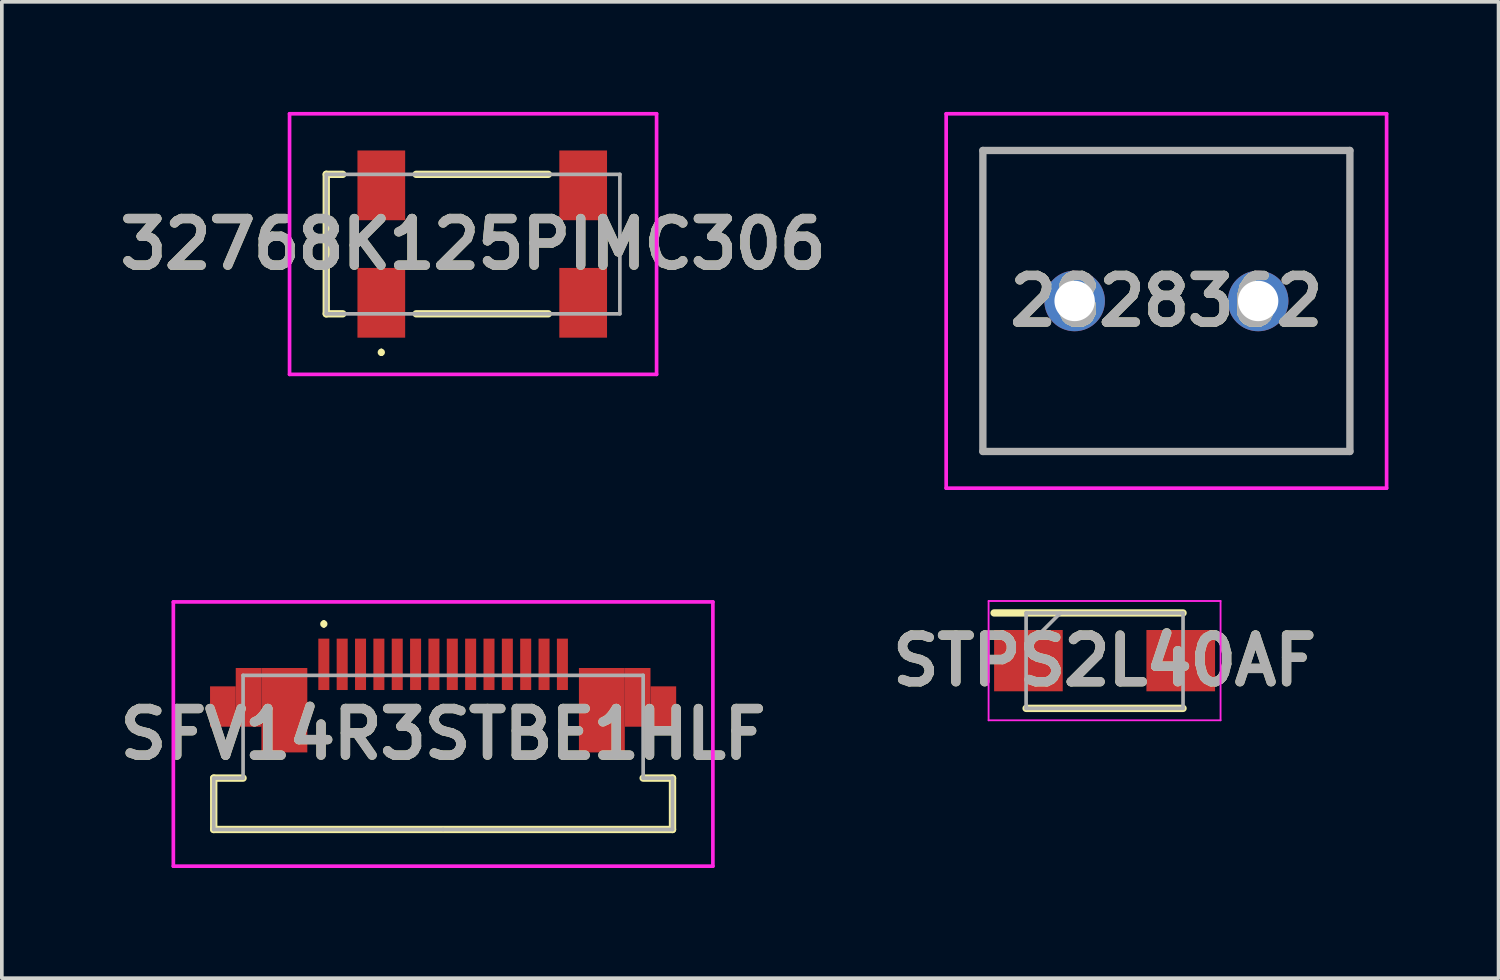
<source format=kicad_pcb>
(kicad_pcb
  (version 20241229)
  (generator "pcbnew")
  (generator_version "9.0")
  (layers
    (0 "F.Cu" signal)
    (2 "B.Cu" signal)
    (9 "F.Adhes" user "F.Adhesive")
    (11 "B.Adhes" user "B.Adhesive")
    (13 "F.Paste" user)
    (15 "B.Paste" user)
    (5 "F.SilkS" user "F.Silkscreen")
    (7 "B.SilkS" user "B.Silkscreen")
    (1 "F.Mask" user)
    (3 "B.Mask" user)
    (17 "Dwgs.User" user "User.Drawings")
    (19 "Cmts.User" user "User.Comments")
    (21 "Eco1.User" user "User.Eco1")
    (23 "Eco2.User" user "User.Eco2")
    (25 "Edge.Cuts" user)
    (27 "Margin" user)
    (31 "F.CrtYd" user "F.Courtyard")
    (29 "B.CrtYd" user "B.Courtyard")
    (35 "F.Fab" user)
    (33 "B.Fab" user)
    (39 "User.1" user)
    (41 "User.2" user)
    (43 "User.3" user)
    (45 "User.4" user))
  (footprint "32768K125PIMC306"
    (layer "F.Cu")
    (at 10.089 3.6)
    (property "Reference" "32768K125PIMC306" (at -0.25 0 0) (layer "F.SilkS") (effects (font (size 1.27 1.27) (thickness 0.254))))
    (attr smd)
    (fp_line (start -4.25 -1.9) (end -4.25 1.9) (stroke (width 0.2) (type solid)) (layer "F.SilkS"))
    (fp_line (start -4.25 1.9) (end -3.8 1.9) (stroke (width 0.2) (type solid)) (layer "F.SilkS"))
    (fp_line (start -3.8 -1.9) (end -4.25 -1.9) (stroke (width 0.2) (type solid)) (layer "F.SilkS"))
    (fp_line (start -2.75 2.9) (end -2.75 2.9) (stroke (width 0.1) (type solid)) (layer "F.SilkS"))
    (fp_line (start -2.75 3) (end -2.75 3) (stroke (width 0.1) (type solid)) (layer "F.SilkS"))
    (fp_line (start -1.8 -1.9) (end 1.8 -1.9) (stroke (width 0.2) (type solid)) (layer "F.SilkS"))
    (fp_line (start -1.8 1.9) (end 1.8 1.9) (stroke (width 0.2) (type solid)) (layer "F.SilkS"))
    (fp_arc (start -2.75 2.9) (mid -2.7 2.95) (end -2.75 3) (stroke (width 0.1) (type solid)) (layer "F.SilkS"))
    (fp_arc (start -2.75 3) (mid -2.8 2.95) (end -2.75 2.9) (stroke (width 0.1) (type solid)) (layer "F.SilkS"))
    (fp_line (start -5.25 -3.55) (end 4.75 -3.55) (stroke (width 0.1) (type solid)) (layer "F.CrtYd"))
    (fp_line (start -5.25 3.55) (end -5.25 -3.55) (stroke (width 0.1) (type solid)) (layer "F.CrtYd"))
    (fp_line (start 4.75 -3.55) (end 4.75 3.55) (stroke (width 0.1) (type solid)) (layer "F.CrtYd"))
    (fp_line (start 4.75 3.55) (end -5.25 3.55) (stroke (width 0.1) (type solid)) (layer "F.CrtYd"))
    (fp_line (start -4.25 -1.9) (end -4.25 1.9) (stroke (width 0.1) (type solid)) (layer "F.Fab"))
    (fp_line (start -4.25 1.9) (end 3.75 1.9) (stroke (width 0.1) (type solid)) (layer "F.Fab"))
    (fp_line (start 3.75 -1.9) (end -4.25 -1.9) (stroke (width 0.1) (type solid)) (layer "F.Fab"))
    (fp_line (start 3.75 1.9) (end 3.75 -1.9) (stroke (width 0.1) (type solid)) (layer "F.Fab"))
    (fp_text user "${REFERENCE}" (at -0.25 0 0) (layer "F.Fab") (effects (font (size 1.27 1.27) (thickness 0.254))))
    (pad "1" smd rect (at -2.75 1.6) (size 1.3 1.9) (layers "F.Cu" "F.Mask" "F.Paste"))
    (pad "2" smd rect (at 2.75 1.6) (size 1.3 1.9) (layers "F.Cu" "F.Mask" "F.Paste"))
    (pad "3" smd rect (at 2.75 -1.6) (size 1.3 1.9) (layers "F.Cu" "F.Mask" "F.Paste"))
    (pad "4" smd rect (at -2.75 -1.6) (size 1.3 1.9) (layers "F.Cu" "F.Mask" "F.Paste")))
  (footprint "SFV14R3STBE1HLF"
    (layer "F.Cu")
    (at 9.023 15.15)
    (property "Reference" "SFV14R3STBE1HLF" (at 0 1.8 0) (layer "F.SilkS") (effects (font (size 1.27 1.27) (thickness 0.254))))
    (attr smd)
    (fp_line (start -6.25 3) (end -6.25 4.4) (stroke (width 0.2) (type solid)) (layer "F.SilkS"))
    (fp_line (start -6.25 4.4) (end 6.25 4.4) (stroke (width 0.2) (type solid)) (layer "F.SilkS"))
    (fp_line (start -5.45 3) (end -6.25 3) (stroke (width 0.2) (type solid)) (layer "F.SilkS"))
    (fp_line (start -3.25 -1.25) (end -3.25 -1.25) (stroke (width 0.1) (type solid)) (layer "F.SilkS"))
    (fp_line (start -3.25 -1.15) (end -3.25 -1.15) (stroke (width 0.1) (type solid)) (layer "F.SilkS"))
    (fp_line (start 6.25 3) (end 5.45 3) (stroke (width 0.2) (type solid)) (layer "F.SilkS"))
    (fp_line (start 6.25 4.4) (end 6.25 3) (stroke (width 0.2) (type solid)) (layer "F.SilkS"))
    (fp_arc (start -3.25 -1.25) (mid -3.2 -1.2) (end -3.25 -1.15) (stroke (width 0.1) (type solid)) (layer "F.SilkS"))
    (fp_arc (start -3.25 -1.15) (mid -3.3 -1.2) (end -3.25 -1.25) (stroke (width 0.1) (type solid)) (layer "F.SilkS"))
    (fp_line (start -7.35 -1.8) (end 7.35 -1.8) (stroke (width 0.1) (type solid)) (layer "F.CrtYd"))
    (fp_line (start -7.35 5.4) (end -7.35 -1.8) (stroke (width 0.1) (type solid)) (layer "F.CrtYd"))
    (fp_line (start 7.35 -1.8) (end 7.35 5.4) (stroke (width 0.1) (type solid)) (layer "F.CrtYd"))
    (fp_line (start 7.35 5.4) (end -7.35 5.4) (stroke (width 0.1) (type solid)) (layer "F.CrtYd"))
    (fp_line (start -6.25 3) (end -6.25 4.4) (stroke (width 0.1) (type solid)) (layer "F.Fab"))
    (fp_line (start -6.25 4.4) (end 0 4.4) (stroke (width 0.1) (type solid)) (layer "F.Fab"))
    (fp_line (start -5.45 0.2) (end -5.45 3) (stroke (width 0.1) (type solid)) (layer "F.Fab"))
    (fp_line (start -5.45 3) (end -6.25 3) (stroke (width 0.1) (type solid)) (layer "F.Fab"))
    (fp_line (start 0 4.4) (end 6.25 4.4) (stroke (width 0.1) (type solid)) (layer "F.Fab"))
    (fp_line (start 5.45 0.2) (end -5.45 0.2) (stroke (width 0.1) (type solid)) (layer "F.Fab"))
    (fp_line (start 5.45 3) (end 5.45 0.2) (stroke (width 0.1) (type solid)) (layer "F.Fab"))
    (fp_line (start 6.25 3) (end 5.45 3) (stroke (width 0.1) (type solid)) (layer "F.Fab"))
    (fp_line (start 6.25 4.4) (end 6.25 3) (stroke (width 0.1) (type solid)) (layer "F.Fab"))
    (fp_text user "${REFERENCE}" (at 0 1.8 0) (layer "F.Fab") (effects (font (size 1.27 1.27) (thickness 0.254))))
    (pad "1" smd rect (at -3.25 -0.1) (size 0.3 1.4) (layers "F.Cu" "F.Mask" "F.Paste"))
    (pad "2" smd rect (at -2.75 -0.1) (size 0.3 1.4) (layers "F.Cu" "F.Mask" "F.Paste"))
    (pad "3" smd rect (at -2.25 -0.1) (size 0.3 1.4) (layers "F.Cu" "F.Mask" "F.Paste"))
    (pad "4" smd rect (at -1.75 -0.1) (size 0.3 1.4) (layers "F.Cu" "F.Mask" "F.Paste"))
    (pad "5" smd rect (at -1.25 -0.1) (size 0.3 1.4) (layers "F.Cu" "F.Mask" "F.Paste"))
    (pad "6" smd rect (at -0.75 -0.1) (size 0.3 1.4) (layers "F.Cu" "F.Mask" "F.Paste"))
    (pad "7" smd rect (at -0.25 -0.1) (size 0.3 1.4) (layers "F.Cu" "F.Mask" "F.Paste"))
    (pad "8" smd rect (at 0.25 -0.1) (size 0.3 1.4) (layers "F.Cu" "F.Mask" "F.Paste"))
    (pad "9" smd rect (at 0.75 -0.1) (size 0.3 1.4) (layers "F.Cu" "F.Mask" "F.Paste"))
    (pad "10" smd rect (at 1.25 -0.1) (size 0.3 1.4) (layers "F.Cu" "F.Mask" "F.Paste"))
    (pad "11" smd rect (at 1.75 -0.1) (size 0.3 1.4) (layers "F.Cu" "F.Mask" "F.Paste"))
    (pad "12" smd rect (at 2.25 -0.1) (size 0.3 1.4) (layers "F.Cu" "F.Mask" "F.Paste"))
    (pad "13" smd rect (at 2.75 -0.1) (size 0.3 1.4) (layers "F.Cu" "F.Mask" "F.Paste"))
    (pad "14" smd rect (at 3.25 -0.1) (size 0.3 1.4) (layers "F.Cu" "F.Mask" "F.Paste"))
    (pad "15" smd rect (at 6 1.05) (size 0.7 1.1) (layers "F.Cu" "F.Mask" "F.Paste"))
    (pad "16" smd rect (at -6 1.05) (size 0.7 1.1) (layers "F.Cu" "F.Mask" "F.Paste"))
    (pad "17" smd rect (at -5.3 0.8) (size 0.7 1.6) (layers "F.Cu" "F.Mask" "F.Paste"))
    (pad "18" smd rect (at -4.325 1.15) (size 1.25 2.3) (layers "F.Cu" "F.Mask" "F.Paste"))
    (pad "19" smd rect (at 5.3 0.8) (size 0.7 1.6) (layers "F.Cu" "F.Mask" "F.Paste"))
    (pad "20" smd rect (at 4.325 1.15) (size 1.25 2.3) (layers "F.Cu" "F.Mask" "F.Paste")))
  (footprint "2828362"
    (layer "F.Cu")
    (at 31.229 5.15)
    (property "Reference" "2828362" (at -2.5 0 0) (layer "F.SilkS") (effects (font (size 1.27 1.27) (thickness 0.254))))
    (attr through_hole)
    (fp_line (start -7.5 -4.1) (end -7.5 4.1) (stroke (width 0.1) (type solid)) (layer "F.SilkS"))
    (fp_line (start -7.5 4.1) (end 2.5 4.1) (stroke (width 0.1) (type solid)) (layer "F.SilkS"))
    (fp_line (start 2.5 -4.1) (end -7.5 -4.1) (stroke (width 0.1) (type solid)) (layer "F.SilkS"))
    (fp_line (start 2.5 4.1) (end 2.5 -4.1) (stroke (width 0.1) (type solid)) (layer "F.SilkS"))
    (fp_line (start -8.5 -5.1) (end -8.5 5.1) (stroke (width 0.1) (type solid)) (layer "F.CrtYd"))
    (fp_line (start -8.5 5.1) (end 3.5 5.1) (stroke (width 0.1) (type solid)) (layer "F.CrtYd"))
    (fp_line (start 3.5 -5.1) (end -8.5 -5.1) (stroke (width 0.1) (type solid)) (layer "F.CrtYd"))
    (fp_line (start 3.5 5.1) (end 3.5 -5.1) (stroke (width 0.1) (type solid)) (layer "F.CrtYd"))
    (fp_line (start -7.5 -4.1) (end 2.5 -4.1) (stroke (width 0.2) (type solid)) (layer "F.Fab"))
    (fp_line (start -7.5 4.1) (end -7.5 -4.1) (stroke (width 0.2) (type solid)) (layer "F.Fab"))
    (fp_line (start 2.5 -4.1) (end 2.5 4.1) (stroke (width 0.2) (type solid)) (layer "F.Fab"))
    (fp_line (start 2.5 4.1) (end -7.5 4.1) (stroke (width 0.2) (type solid)) (layer "F.Fab"))
    (fp_text user "${REFERENCE}" (at -2.5 0 0) (layer "F.Fab") (effects (font (size 1.27 1.27) (thickness 0.254))))
    (pad "1" thru_hole circle (at 0 0) (size 1.65 1.65) (drill 1.1) (layers "*.Cu" "*.Mask"))
    (pad "2" thru_hole circle (at -5 0) (size 1.65 1.65) (drill 1.1) (layers "*.Cu" "*.Mask")))
  (footprint "STPS2L40AF"
    (layer "F.Cu")
    (at 27.045 14.95)
    (property "Reference" "STPS2L40AF" (at 0 0 0) (layer "F.SilkS") (effects (font (size 1.27 1.27) (thickness 0.254))))
    (attr smd)
    (fp_line (start -3.01 -1.3) (end 2.138 -1.3) (stroke (width 0.2) (type solid)) (layer "F.SilkS"))
    (fp_line (start -2.138 1.3) (end 2.138 1.3) (stroke (width 0.2) (type solid)) (layer "F.SilkS"))
    (fp_line (start -3.16 -1.625) (end 3.16 -1.625) (stroke (width 0.05) (type solid)) (layer "F.CrtYd"))
    (fp_line (start -3.16 1.625) (end -3.16 -1.625) (stroke (width 0.05) (type solid)) (layer "F.CrtYd"))
    (fp_line (start 3.16 -1.625) (end 3.16 1.625) (stroke (width 0.05) (type solid)) (layer "F.CrtYd"))
    (fp_line (start 3.16 1.625) (end -3.16 1.625) (stroke (width 0.05) (type solid)) (layer "F.CrtYd"))
    (fp_line (start -2.138 -1.3) (end 2.138 -1.3) (stroke (width 0.1) (type solid)) (layer "F.Fab"))
    (fp_line (start -2.138 -0.365) (end -1.202 -1.3) (stroke (width 0.1) (type solid)) (layer "F.Fab"))
    (fp_line (start -2.138 1.3) (end -2.138 -1.3) (stroke (width 0.1) (type solid)) (layer "F.Fab"))
    (fp_line (start 2.138 -1.3) (end 2.138 1.3) (stroke (width 0.1) (type solid)) (layer "F.Fab"))
    (fp_line (start 2.138 1.3) (end -2.138 1.3) (stroke (width 0.1) (type solid)) (layer "F.Fab"))
    (fp_text user "${REFERENCE}" (at 0 0 0) (layer "F.Fab") (effects (font (size 1.27 1.27) (thickness 0.254))))
    (pad "1" smd rect (at -2.075 0 90) (size 1.67 1.87) (layers "F.Cu" "F.Mask" "F.Paste"))
    (pad "2" smd rect (at 2.075 0 90) (size 1.67 1.87) (layers "F.Cu" "F.Mask" "F.Paste")))
  (gr_rect
    (start -3 -3)
    (end 37.779 23.6)
    (stroke (width 0.1) (type default))
    (fill no)
    (layer "Edge.Cuts")))
</source>
